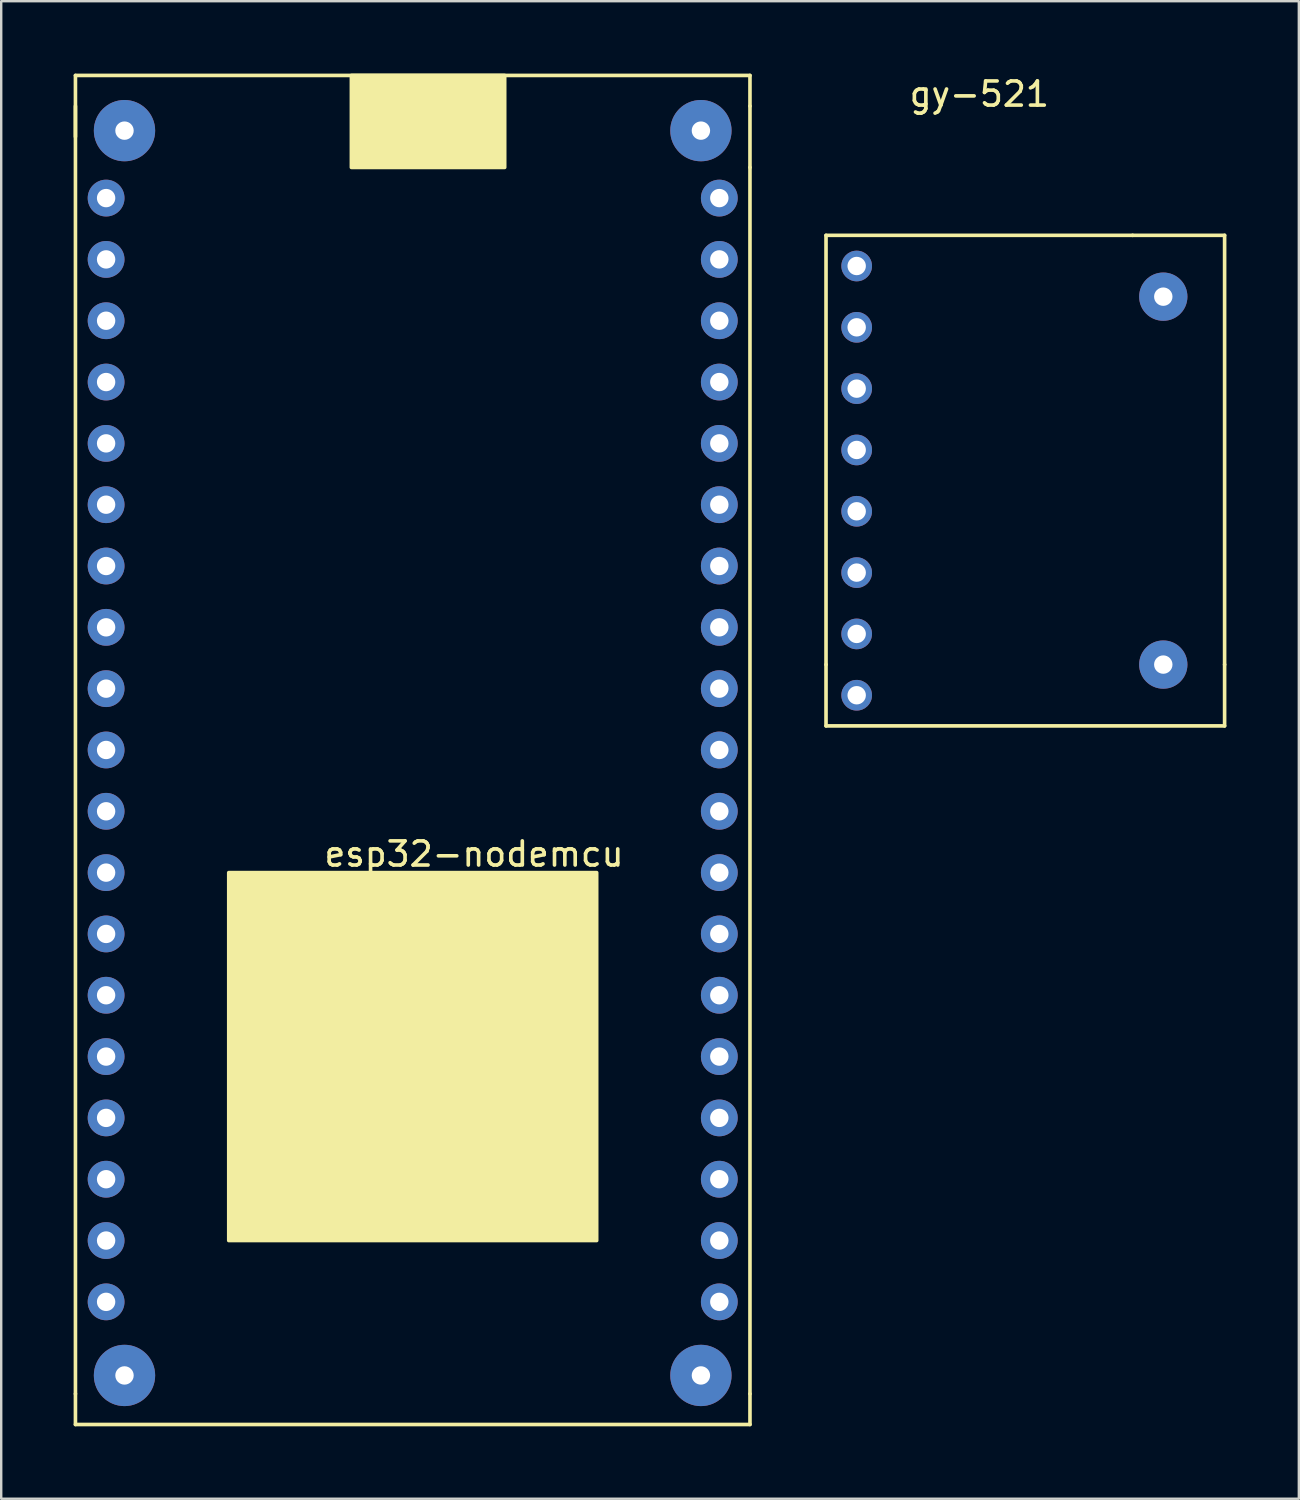
<source format=kicad_pcb>
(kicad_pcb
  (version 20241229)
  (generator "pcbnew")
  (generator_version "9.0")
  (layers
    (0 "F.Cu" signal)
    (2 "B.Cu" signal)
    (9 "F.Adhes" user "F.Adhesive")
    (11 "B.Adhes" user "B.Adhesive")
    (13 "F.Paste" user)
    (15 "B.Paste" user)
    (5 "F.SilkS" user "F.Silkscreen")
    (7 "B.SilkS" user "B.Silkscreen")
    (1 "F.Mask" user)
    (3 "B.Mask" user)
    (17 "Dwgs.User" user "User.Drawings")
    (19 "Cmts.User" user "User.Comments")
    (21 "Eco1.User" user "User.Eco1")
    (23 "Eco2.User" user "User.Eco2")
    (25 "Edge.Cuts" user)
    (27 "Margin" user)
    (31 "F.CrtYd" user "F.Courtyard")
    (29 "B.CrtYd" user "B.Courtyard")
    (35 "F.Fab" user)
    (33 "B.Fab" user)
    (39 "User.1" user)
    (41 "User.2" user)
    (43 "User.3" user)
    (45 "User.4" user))
  (footprint "gy-521"
    (layer "F.Cu")
    (at 37.515 0.348)
    (property "Reference" "gy-521" (at 0 0.5 0) (layer "F.SilkS") (effects (font (size 1 1) (thickness 0.15))))
    (attr through_hole)
    (fp_line (start -6.35 6.35) (end 6.35 6.35) (stroke (width 0.15) (type solid)) (layer "F.SilkS"))
    (fp_line (start -6.35 24.13) (end -6.35 6.35) (stroke (width 0.15) (type solid)) (layer "F.SilkS"))
    (fp_line (start -6.35 24.13) (end -6.35 26.67) (stroke (width 0.15) (type solid)) (layer "F.SilkS"))
    (fp_line (start -6.35 26.67) (end 10.16 26.67) (stroke (width 0.15) (type solid)) (layer "F.SilkS"))
    (fp_line (start 6.35 6.35) (end 10.16 6.35) (stroke (width 0.15) (type solid)) (layer "F.SilkS"))
    (fp_line (start 10.16 6.35) (end 10.16 24.13) (stroke (width 0.15) (type solid)) (layer "F.SilkS"))
    (fp_line (start 10.16 26.67) (end 10.16 24.13) (stroke (width 0.15) (type solid)) (layer "F.SilkS"))
    (pad "" np_thru_hole circle (at 7.62 8.89) (size 2 2) (drill 0.762) (layers "*.Cu" "*.Mask"))
    (pad "" np_thru_hole circle (at 7.62 24.13) (size 2 2) (drill 0.762) (layers "*.Cu" "*.Mask"))
    (pad "1" thru_hole circle (at -5.08 7.62) (size 1.27 1.27) (drill 0.762) (layers "*.Cu" "*.Mask"))
    (pad "2" thru_hole circle (at -5.08 10.16) (size 1.27 1.27) (drill 0.762) (layers "*.Cu" "*.Mask"))
    (pad "3" thru_hole circle (at -5.08 12.7) (size 1.27 1.27) (drill 0.762) (layers "*.Cu" "*.Mask"))
    (pad "4" thru_hole circle (at -5.08 15.24) (size 1.27 1.27) (drill 0.762) (layers "*.Cu" "*.Mask"))
    (pad "5" thru_hole circle (at -5.08 17.78) (size 1.27 1.27) (drill 0.762) (layers "*.Cu" "*.Mask"))
    (pad "6" thru_hole circle (at -5.08 20.32) (size 1.27 1.27) (drill 0.762) (layers "*.Cu" "*.Mask"))
    (pad "7" thru_hole circle (at -5.08 22.86) (size 1.27 1.27) (drill 0.762) (layers "*.Cu" "*.Mask"))
    (pad "8" thru_hole circle (at -5.08 25.4) (size 1.27 1.27) (drill 0.762) (layers "*.Cu" "*.Mask")))
  (footprint "esp32-nodemcu"
    (layer "F.Cu")
    (at 16.585 31.825)
    (property "Reference" "esp32-nodemcu" (at 0 0.5 0) (layer "F.SilkS") (effects (font (size 1 1) (thickness 0.15))))
    (attr through_hole)
    (fp_line (start -16.51 -31.75) (end -16.51 -29.21) (stroke (width 0.15) (type solid)) (layer "F.SilkS"))
    (fp_line (start -16.51 22.86) (end -16.51 -30.48) (stroke (width 0.15) (type solid)) (layer "F.SilkS"))
    (fp_line (start -16.51 24.13) (end -16.51 22.86) (stroke (width 0.15) (type solid)) (layer "F.SilkS"))
    (fp_line (start 11.43 -31.75) (end -16.51 -31.75) (stroke (width 0.15) (type solid)) (layer "F.SilkS"))
    (fp_line (start 11.43 -30.48) (end 11.43 -31.75) (stroke (width 0.15) (type solid)) (layer "F.SilkS"))
    (fp_line (start 11.43 -30.48) (end 11.43 -27.94) (stroke (width 0.15) (type solid)) (layer "F.SilkS"))
    (fp_line (start 11.43 -27.94) (end 11.43 22.86) (stroke (width 0.15) (type solid)) (layer "F.SilkS"))
    (fp_line (start 11.43 22.86) (end 11.43 24.13) (stroke (width 0.15) (type solid)) (layer "F.SilkS"))
    (fp_line (start 11.43 24.13) (end -16.51 24.13) (stroke (width 0.15) (type solid)) (layer "F.SilkS"))
    (fp_poly (pts (xy -10.16 1.27) (xy -10.16 16.51) (xy 5.08 16.51) (xy 5.08 1.27)) (stroke (width 0.15) (type solid)) (fill yes) (layer "F.SilkS"))
    (fp_poly (pts (xy -5.08 -31.75) (xy -5.08 -27.94) (xy 1.27 -27.94) (xy 1.27 -31.75)) (stroke (width 0.15) (type solid)) (fill yes) (layer "F.SilkS"))
    (pad "" np_thru_hole circle (at -14.478 -29.464) (size 2.54 2.54) (drill 0.762) (layers "*.Cu" "*.Mask"))
    (pad "" np_thru_hole circle (at -14.478 22.098) (size 2.54 2.54) (drill 0.762) (layers "*.Cu" "*.Mask"))
    (pad "" np_thru_hole circle (at 9.398 -29.464) (size 2.54 2.54) (drill 0.762) (layers "*.Cu" "*.Mask"))
    (pad "" np_thru_hole circle (at 9.398 22.098) (size 2.54 2.54) (drill 0.762) (layers "*.Cu" "*.Mask"))
    (pad "1" thru_hole circle (at -15.24 -26.67) (size 1.524 1.524) (drill 0.762) (layers "*.Cu" "*.Mask"))
    (pad "2" thru_hole circle (at -15.24 -24.13) (size 1.524 1.524) (drill 0.762) (layers "*.Cu" "*.Mask"))
    (pad "3" thru_hole circle (at -15.24 -21.59) (size 1.524 1.524) (drill 0.762) (layers "*.Cu" "*.Mask"))
    (pad "4" thru_hole circle (at -15.24 -19.05) (size 1.524 1.524) (drill 0.762) (layers "*.Cu" "*.Mask"))
    (pad "5" thru_hole circle (at -15.24 -16.51) (size 1.524 1.524) (drill 0.762) (layers "*.Cu" "*.Mask"))
    (pad "6" thru_hole circle (at -15.24 -13.97) (size 1.524 1.524) (drill 0.762) (layers "*.Cu" "*.Mask"))
    (pad "7" thru_hole circle (at -15.24 -11.43) (size 1.524 1.524) (drill 0.762) (layers "*.Cu" "*.Mask"))
    (pad "8" thru_hole circle (at -15.24 -8.89) (size 1.524 1.524) (drill 0.762) (layers "*.Cu" "*.Mask"))
    (pad "9" thru_hole circle (at -15.24 -6.35) (size 1.524 1.524) (drill 0.762) (layers "*.Cu" "*.Mask"))
    (pad "10" thru_hole circle (at -15.24 -3.81) (size 1.524 1.524) (drill 0.762) (layers "*.Cu" "*.Mask"))
    (pad "11" thru_hole circle (at -15.24 -1.27) (size 1.524 1.524) (drill 0.762) (layers "*.Cu" "*.Mask"))
    (pad "12" thru_hole circle (at -15.24 1.27) (size 1.524 1.524) (drill 0.762) (layers "*.Cu" "*.Mask"))
    (pad "13" thru_hole circle (at -15.24 3.81) (size 1.524 1.524) (drill 0.762) (layers "*.Cu" "*.Mask"))
    (pad "14" thru_hole circle (at -15.24 6.35) (size 1.524 1.524) (drill 0.762) (layers "*.Cu" "*.Mask"))
    (pad "15" thru_hole circle (at -15.24 8.89) (size 1.524 1.524) (drill 0.762) (layers "*.Cu" "*.Mask"))
    (pad "16" thru_hole circle (at -15.24 11.43) (size 1.524 1.524) (drill 0.762) (layers "*.Cu" "*.Mask"))
    (pad "17" thru_hole circle (at -15.24 13.97) (size 1.524 1.524) (drill 0.762) (layers "*.Cu" "*.Mask"))
    (pad "18" thru_hole circle (at -15.24 16.51) (size 1.524 1.524) (drill 0.762) (layers "*.Cu" "*.Mask"))
    (pad "19" thru_hole circle (at -15.24 19.05) (size 1.524 1.524) (drill 0.762) (layers "*.Cu" "*.Mask"))
    (pad "20" thru_hole circle (at 10.16 19.05) (size 1.524 1.524) (drill 0.762) (layers "*.Cu" "*.Mask"))
    (pad "21" thru_hole circle (at 10.16 16.51) (size 1.524 1.524) (drill 0.762) (layers "*.Cu" "*.Mask"))
    (pad "22" thru_hole circle (at 10.16 13.97) (size 1.524 1.524) (drill 0.762) (layers "*.Cu" "*.Mask"))
    (pad "23" thru_hole circle (at 10.16 11.43) (size 1.524 1.524) (drill 0.762) (layers "*.Cu" "*.Mask"))
    (pad "24" thru_hole circle (at 10.16 8.89) (size 1.524 1.524) (drill 0.762) (layers "*.Cu" "*.Mask"))
    (pad "25" thru_hole circle (at 10.16 6.35) (size 1.524 1.524) (drill 0.762) (layers "*.Cu" "*.Mask"))
    (pad "26" thru_hole circle (at 10.16 3.81) (size 1.524 1.524) (drill 0.762) (layers "*.Cu" "*.Mask"))
    (pad "27" thru_hole circle (at 10.16 1.27) (size 1.524 1.524) (drill 0.762) (layers "*.Cu" "*.Mask"))
    (pad "28" thru_hole circle (at 10.16 -1.27) (size 1.524 1.524) (drill 0.762) (layers "*.Cu" "*.Mask"))
    (pad "29" thru_hole circle (at 10.16 -3.81) (size 1.524 1.524) (drill 0.762) (layers "*.Cu" "*.Mask"))
    (pad "30" thru_hole circle (at 10.16 -6.35) (size 1.524 1.524) (drill 0.762) (layers "*.Cu" "*.Mask"))
    (pad "31" thru_hole circle (at 10.16 -8.89) (size 1.524 1.524) (drill 0.762) (layers "*.Cu" "*.Mask"))
    (pad "32" thru_hole circle (at 10.16 -11.43) (size 1.524 1.524) (drill 0.762) (layers "*.Cu" "*.Mask"))
    (pad "33" thru_hole circle (at 10.16 -13.97) (size 1.524 1.524) (drill 0.762) (layers "*.Cu" "*.Mask"))
    (pad "34" thru_hole circle (at 10.16 -16.51) (size 1.524 1.524) (drill 0.762) (layers "*.Cu" "*.Mask"))
    (pad "35" thru_hole circle (at 10.16 -19.05) (size 1.524 1.524) (drill 0.762) (layers "*.Cu" "*.Mask"))
    (pad "36" thru_hole circle (at 10.16 -21.59) (size 1.524 1.524) (drill 0.762) (layers "*.Cu" "*.Mask"))
    (pad "37" thru_hole circle (at 10.16 -24.13) (size 1.524 1.524) (drill 0.762) (layers "*.Cu" "*.Mask"))
    (pad "38" thru_hole circle (at 10.16 -26.67) (size 1.524 1.524) (drill 0.762) (layers "*.Cu" "*.Mask")))
  (gr_rect
    (start -3 -3)
    (end 50.75 59.03)
    (stroke (width 0.1) (type default))
    (fill no)
    (layer "Edge.Cuts")))
</source>
